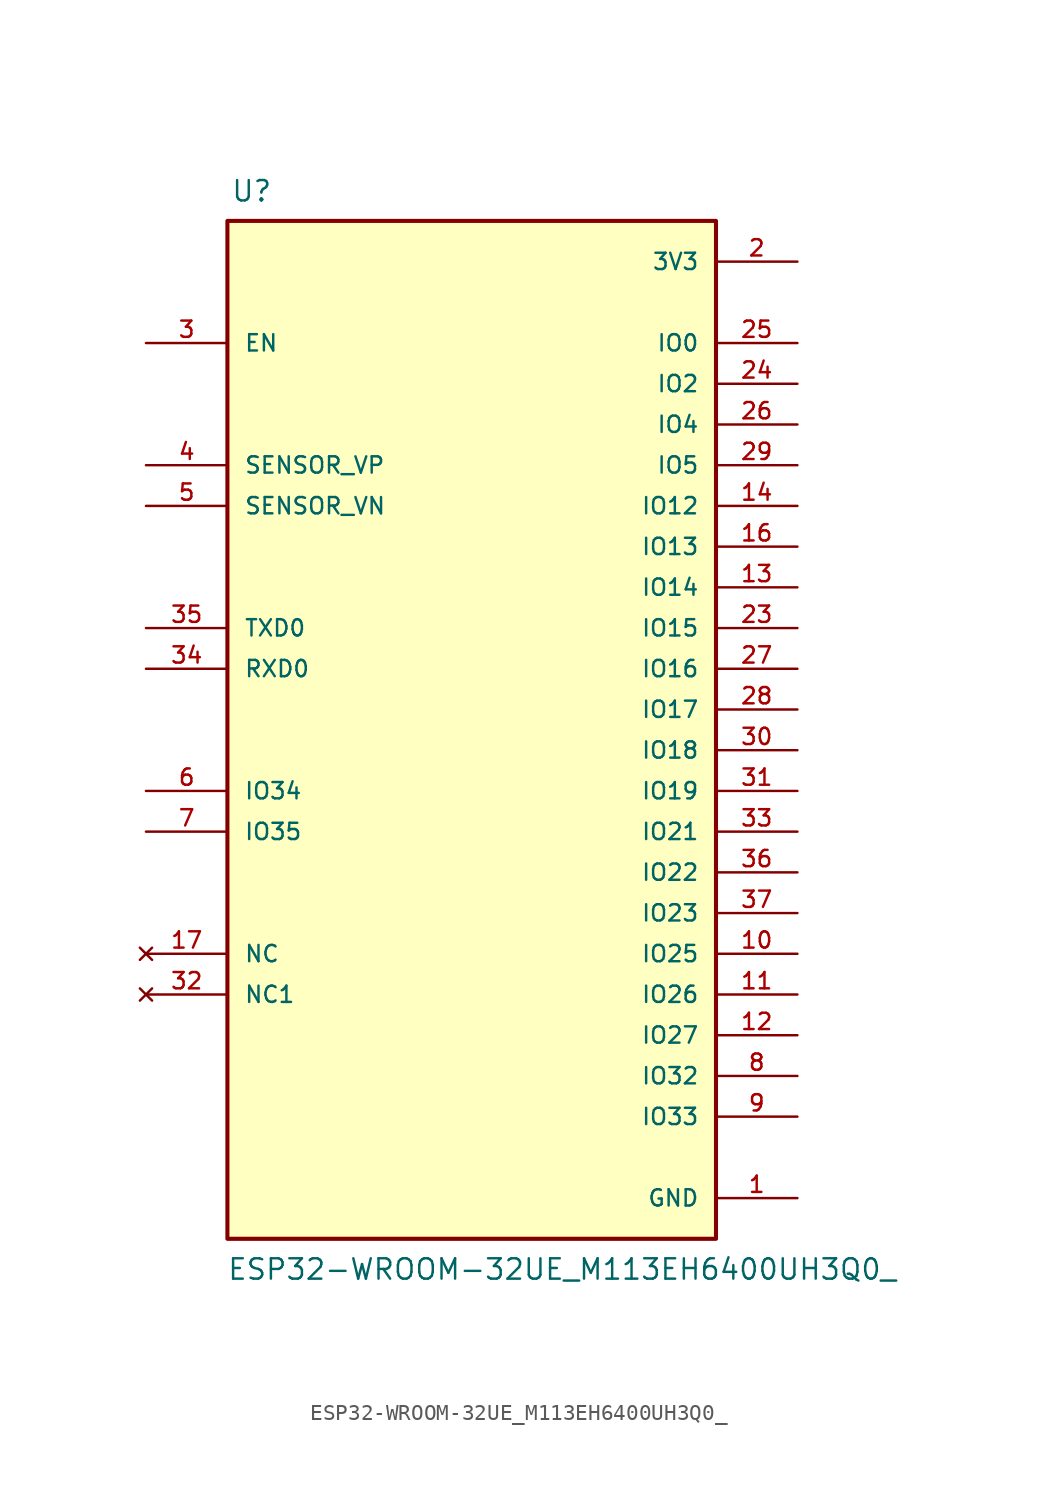
<source format=kicad_sym>
(kicad_symbol_lib
  (version 20211014)
  (generator kicad_symbol_editor)
  (symbol "ESP32-WROOM-32UE_M113EH6400UH3Q0_"
    (pin_names
      (offset 1.016))
    (property "Reference" "U"
      (at -15.036 34.135 0)
      (effects (font (size 1.27 1.27)) (justify bottom left)))
    (property "Value" "ESP32-WROOM-32UE_M113EH6400UH3Q0_"
      (at -15.287 -33.128 0)
      (effects (font (size 1.27 1.27)) (justify bottom left)))
    (symbol "ESP32-WROOM-32UE_M113EH6400UH3Q0__0_0"
      (rectangle (start -15.24 -30.48) (end 15.24 33.02) (stroke (width 0.254)) (fill (type background)))
      (pin power_in line (at 20.32 -27.94 180.0) (length 5.08) (name "GND" (effects (font (size 1.016 1.016)))) (number "1" (effects (font (size 1.016 1.016)))))
      (pin power_in line (at 20.32 -27.94 180.0) (length 5.08) hide (name "GND" (effects (font (size 1.016 1.016)))) (number "15" (effects (font (size 1.016 1.016)))))
      (pin power_in line (at 20.32 -27.94 180.0) (length 5.08) hide (name "GND" (effects (font (size 1.016 1.016)))) (number "38" (effects (font (size 1.016 1.016)))))
      (pin power_in line (at 20.32 -27.94 180.0) (length 5.08) hide (name "GND" (effects (font (size 1.016 1.016)))) (number "39_1" (effects (font (size 1.016 1.016)))))
      (pin power_in line (at 20.32 -27.94 180.0) (length 5.08) hide (name "GND" (effects (font (size 1.016 1.016)))) (number "39_2" (effects (font (size 1.016 1.016)))))
      (pin power_in line (at 20.32 -27.94 180.0) (length 5.08) hide (name "GND" (effects (font (size 1.016 1.016)))) (number "39_3" (effects (font (size 1.016 1.016)))))
      (pin power_in line (at 20.32 -27.94 180.0) (length 5.08) hide (name "GND" (effects (font (size 1.016 1.016)))) (number "39_4" (effects (font (size 1.016 1.016)))))
      (pin power_in line (at 20.32 -27.94 180.0) (length 5.08) hide (name "GND" (effects (font (size 1.016 1.016)))) (number "39_5" (effects (font (size 1.016 1.016)))))
      (pin power_in line (at 20.32 -27.94 180.0) (length 5.08) hide (name "GND" (effects (font (size 1.016 1.016)))) (number "39_6" (effects (font (size 1.016 1.016)))))
      (pin power_in line (at 20.32 -27.94 180.0) (length 5.08) hide (name "GND" (effects (font (size 1.016 1.016)))) (number "39_7" (effects (font (size 1.016 1.016)))))
      (pin power_in line (at 20.32 -27.94 180.0) (length 5.08) hide (name "GND" (effects (font (size 1.016 1.016)))) (number "39_8" (effects (font (size 1.016 1.016)))))
      (pin power_in line (at 20.32 -27.94 180.0) (length 5.08) hide (name "GND" (effects (font (size 1.016 1.016)))) (number "39_9" (effects (font (size 1.016 1.016)))))
      (pin power_in line (at 20.32 -27.94 180.0) (length 5.08) hide (name "GND" (effects (font (size 1.016 1.016)))) (number "39_10" (effects (font (size 1.016 1.016)))))
      (pin power_in line (at 20.32 -27.94 180.0) (length 5.08) hide (name "GND" (effects (font (size 1.016 1.016)))) (number "39_11" (effects (font (size 1.016 1.016)))))
      (pin power_in line (at 20.32 -27.94 180.0) (length 5.08) hide (name "GND" (effects (font (size 1.016 1.016)))) (number "39_12" (effects (font (size 1.016 1.016)))))
      (pin power_in line (at 20.32 -27.94 180.0) (length 5.08) hide (name "GND" (effects (font (size 1.016 1.016)))) (number "39_13" (effects (font (size 1.016 1.016)))))
      (pin power_in line (at 20.32 -27.94 180.0) (length 5.08) hide (name "GND" (effects (font (size 1.016 1.016)))) (number "39_14" (effects (font (size 1.016 1.016)))))
      (pin power_in line (at 20.32 -27.94 180.0) (length 5.08) hide (name "GND" (effects (font (size 1.016 1.016)))) (number "39_15" (effects (font (size 1.016 1.016)))))
      (pin power_in line (at 20.32 -27.94 180.0) (length 5.08) hide (name "GND" (effects (font (size 1.016 1.016)))) (number "39_16" (effects (font (size 1.016 1.016)))))
      (pin power_in line (at 20.32 -27.94 180.0) (length 5.08) hide (name "GND" (effects (font (size 1.016 1.016)))) (number "39_17" (effects (font (size 1.016 1.016)))))
      (pin power_in line (at 20.32 -27.94 180.0) (length 5.08) hide (name "GND" (effects (font (size 1.016 1.016)))) (number "39_18" (effects (font (size 1.016 1.016)))))
      (pin power_in line (at 20.32 -27.94 180.0) (length 5.08) hide (name "GND" (effects (font (size 1.016 1.016)))) (number "39_19" (effects (font (size 1.016 1.016)))))
      (pin power_in line (at 20.32 -27.94 180.0) (length 5.08) hide (name "GND" (effects (font (size 1.016 1.016)))) (number "39_20" (effects (font (size 1.016 1.016)))))
      (pin power_in line (at 20.32 -27.94 180.0) (length 5.08) hide (name "GND" (effects (font (size 1.016 1.016)))) (number "39_21" (effects (font (size 1.016 1.016)))))
      (pin power_in line (at 20.32 30.48 180.0) (length 5.08) (name "3V3" (effects (font (size 1.016 1.016)))) (number "2" (effects (font (size 1.016 1.016)))))
      (pin input line (at -20.32 25.4 0) (length 5.08) (name "EN" (effects (font (size 1.016 1.016)))) (number "3" (effects (font (size 1.016 1.016)))))
      (pin input line (at -20.32 17.78 0) (length 5.08) (name "SENSOR_VP" (effects (font (size 1.016 1.016)))) (number "4" (effects (font (size 1.016 1.016)))))
      (pin input line (at -20.32 15.24 0) (length 5.08) (name "SENSOR_VN" (effects (font (size 1.016 1.016)))) (number "5" (effects (font (size 1.016 1.016)))))
      (pin input line (at -20.32 -2.54 0) (length 5.08) (name "IO34" (effects (font (size 1.016 1.016)))) (number "6" (effects (font (size 1.016 1.016)))))
      (pin input line (at -20.32 -5.08 0) (length 5.08) (name "IO35" (effects (font (size 1.016 1.016)))) (number "7" (effects (font (size 1.016 1.016)))))
      (pin bidirectional line (at 20.32 -22.86 180.0) (length 5.08) (name "IO33" (effects (font (size 1.016 1.016)))) (number "9" (effects (font (size 1.016 1.016)))))
      (pin bidirectional line (at 20.32 -20.32 180.0) (length 5.08) (name "IO32" (effects (font (size 1.016 1.016)))) (number "8" (effects (font (size 1.016 1.016)))))
      (pin bidirectional line (at 20.32 -12.7 180.0) (length 5.08) (name "IO25" (effects (font (size 1.016 1.016)))) (number "10" (effects (font (size 1.016 1.016)))))
      (pin bidirectional line (at 20.32 -15.24 180.0) (length 5.08) (name "IO26" (effects (font (size 1.016 1.016)))) (number "11" (effects (font (size 1.016 1.016)))))
      (pin bidirectional line (at 20.32 -17.78 180.0) (length 5.08) (name "IO27" (effects (font (size 1.016 1.016)))) (number "12" (effects (font (size 1.016 1.016)))))
      (pin bidirectional line (at 20.32 10.16 180.0) (length 5.08) (name "IO14" (effects (font (size 1.016 1.016)))) (number "13" (effects (font (size 1.016 1.016)))))
      (pin bidirectional line (at 20.32 15.24 180.0) (length 5.08) (name "IO12" (effects (font (size 1.016 1.016)))) (number "14" (effects (font (size 1.016 1.016)))))
      (pin bidirectional line (at 20.32 12.7 180.0) (length 5.08) (name "IO13" (effects (font (size 1.016 1.016)))) (number "16" (effects (font (size 1.016 1.016)))))
      (pin bidirectional line (at 20.32 7.62 180.0) (length 5.08) (name "IO15" (effects (font (size 1.016 1.016)))) (number "23" (effects (font (size 1.016 1.016)))))
      (pin bidirectional line (at 20.32 22.86 180.0) (length 5.08) (name "IO2" (effects (font (size 1.016 1.016)))) (number "24" (effects (font (size 1.016 1.016)))))
      (pin bidirectional line (at 20.32 25.4 180.0) (length 5.08) (name "IO0" (effects (font (size 1.016 1.016)))) (number "25" (effects (font (size 1.016 1.016)))))
      (pin bidirectional line (at 20.32 20.32 180.0) (length 5.08) (name "IO4" (effects (font (size 1.016 1.016)))) (number "26" (effects (font (size 1.016 1.016)))))
      (pin bidirectional line (at 20.32 5.08 180.0) (length 5.08) (name "IO16" (effects (font (size 1.016 1.016)))) (number "27" (effects (font (size 1.016 1.016)))))
      (pin bidirectional line (at 20.32 2.54 180.0) (length 5.08) (name "IO17" (effects (font (size 1.016 1.016)))) (number "28" (effects (font (size 1.016 1.016)))))
      (pin bidirectional line (at 20.32 17.78 180.0) (length 5.08) (name "IO5" (effects (font (size 1.016 1.016)))) (number "29" (effects (font (size 1.016 1.016)))))
      (pin bidirectional line (at 20.32 0.0 180.0) (length 5.08) (name "IO18" (effects (font (size 1.016 1.016)))) (number "30" (effects (font (size 1.016 1.016)))))
      (pin bidirectional line (at 20.32 -2.54 180.0) (length 5.08) (name "IO19" (effects (font (size 1.016 1.016)))) (number "31" (effects (font (size 1.016 1.016)))))
      (pin bidirectional line (at 20.32 -5.08 180.0) (length 5.08) (name "IO21" (effects (font (size 1.016 1.016)))) (number "33" (effects (font (size 1.016 1.016)))))
      (pin bidirectional line (at 20.32 -7.62 180.0) (length 5.08) (name "IO22" (effects (font (size 1.016 1.016)))) (number "36" (effects (font (size 1.016 1.016)))))
      (pin bidirectional line (at 20.32 -10.16 180.0) (length 5.08) (name "IO23" (effects (font (size 1.016 1.016)))) (number "37" (effects (font (size 1.016 1.016)))))
      (pin bidirectional line (at -20.32 5.08 0) (length 5.08) (name "RXD0" (effects (font (size 1.016 1.016)))) (number "34" (effects (font (size 1.016 1.016)))))
      (pin bidirectional line (at -20.32 7.62 0) (length 5.08) (name "TXD0" (effects (font (size 1.016 1.016)))) (number "35" (effects (font (size 1.016 1.016)))))
      (pin no_connect line (at -20.32 -12.7 0) (length 5.08) (name "NC" (effects (font (size 1.016 1.016)))) (number "17" (effects (font (size 1.016 1.016)))))
      (pin no_connect line (at -20.32 -12.7 0) (length 5.08) hide (name "NC" (effects (font (size 1.016 1.016)))) (number "18" (effects (font (size 1.016 1.016)))))
      (pin no_connect line (at -20.32 -12.7 0) (length 5.08) hide (name "NC" (effects (font (size 1.016 1.016)))) (number "19" (effects (font (size 1.016 1.016)))))
      (pin no_connect line (at -20.32 -12.7 0) (length 5.08) hide (name "NC" (effects (font (size 1.016 1.016)))) (number "20" (effects (font (size 1.016 1.016)))))
      (pin no_connect line (at -20.32 -12.7 0) (length 5.08) hide (name "NC" (effects (font (size 1.016 1.016)))) (number "21" (effects (font (size 1.016 1.016)))))
      (pin no_connect line (at -20.32 -12.7 0) (length 5.08) hide (name "NC" (effects (font (size 1.016 1.016)))) (number "22" (effects (font (size 1.016 1.016)))))
      (pin no_connect line (at -20.32 -15.24 0) (length 5.08) (name "NC1" (effects (font (size 1.016 1.016)))) (number "32" (effects (font (size 1.016 1.016))))))))
</source>
